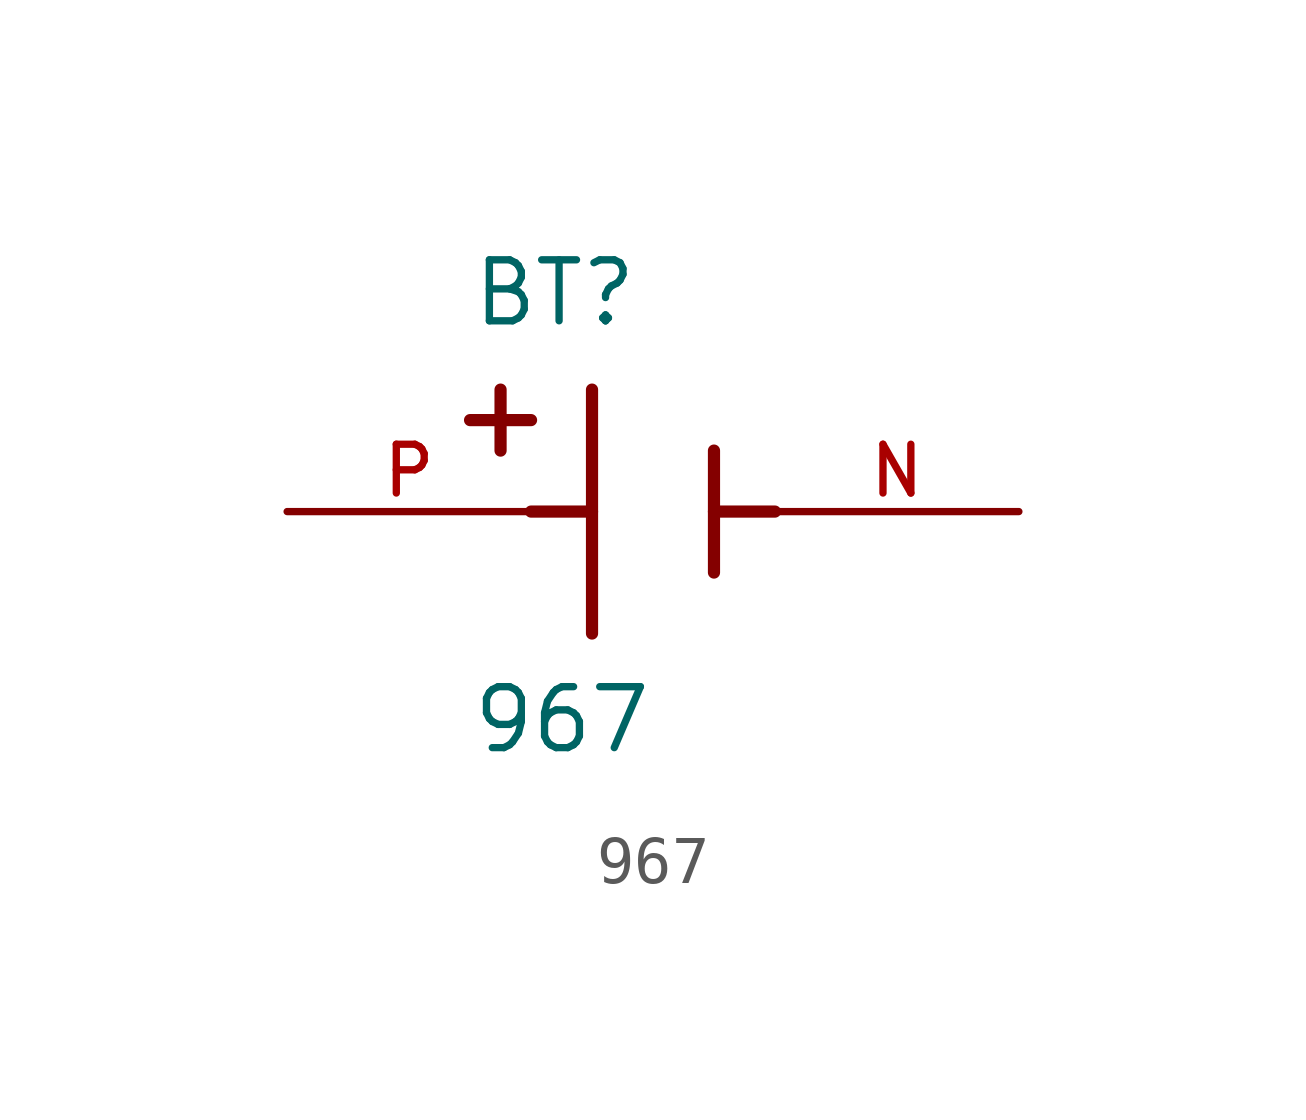
<source format=kicad_sym>
(kicad_symbol_lib
  (version 20211014)
  (generator kicad_symbol_editor)
  (symbol "967"
    (pin_names
      (offset 1.016))
    (property "Reference" "BT"
      (at -3.81 3.81 0)
      (effects (font (size 1.27 1.27)) (justify bottom left)))
    (property "Value" "967"
      (at -3.81 -5.08 0)
      (effects (font (size 1.27 1.27)) (justify bottom left)))
    (symbol "967_0_0"
      (polyline (pts (xy -1.27 2.54) (xy -1.27 -2.54)) (stroke (width 0.254)))
      (polyline (pts (xy 1.27 1.27) (xy 1.27 -1.27)) (stroke (width 0.254)))
      (polyline (pts (xy -1.27 0.0) (xy -2.54 0.0)) (stroke (width 0.254)))
      (polyline (pts (xy 1.27 0.0) (xy 2.54 0.0)) (stroke (width 0.254)))
      (polyline (pts (xy -3.175 2.54) (xy -3.175 1.27)) (stroke (width 0.254)))
      (polyline (pts (xy -3.81 1.905) (xy -2.54 1.905)) (stroke (width 0.254)))
      (pin passive line (at -7.62 0.0 0) (length 5.08) (name "~" (effects (font (size 1.016 1.016)))) (number "P" (effects (font (size 1.016 1.016)))))
      (pin passive line (at 7.62 0.0 180.0) (length 5.08) (name "~" (effects (font (size 1.016 1.016)))) (number "N" (effects (font (size 1.016 1.016))))))))
</source>
